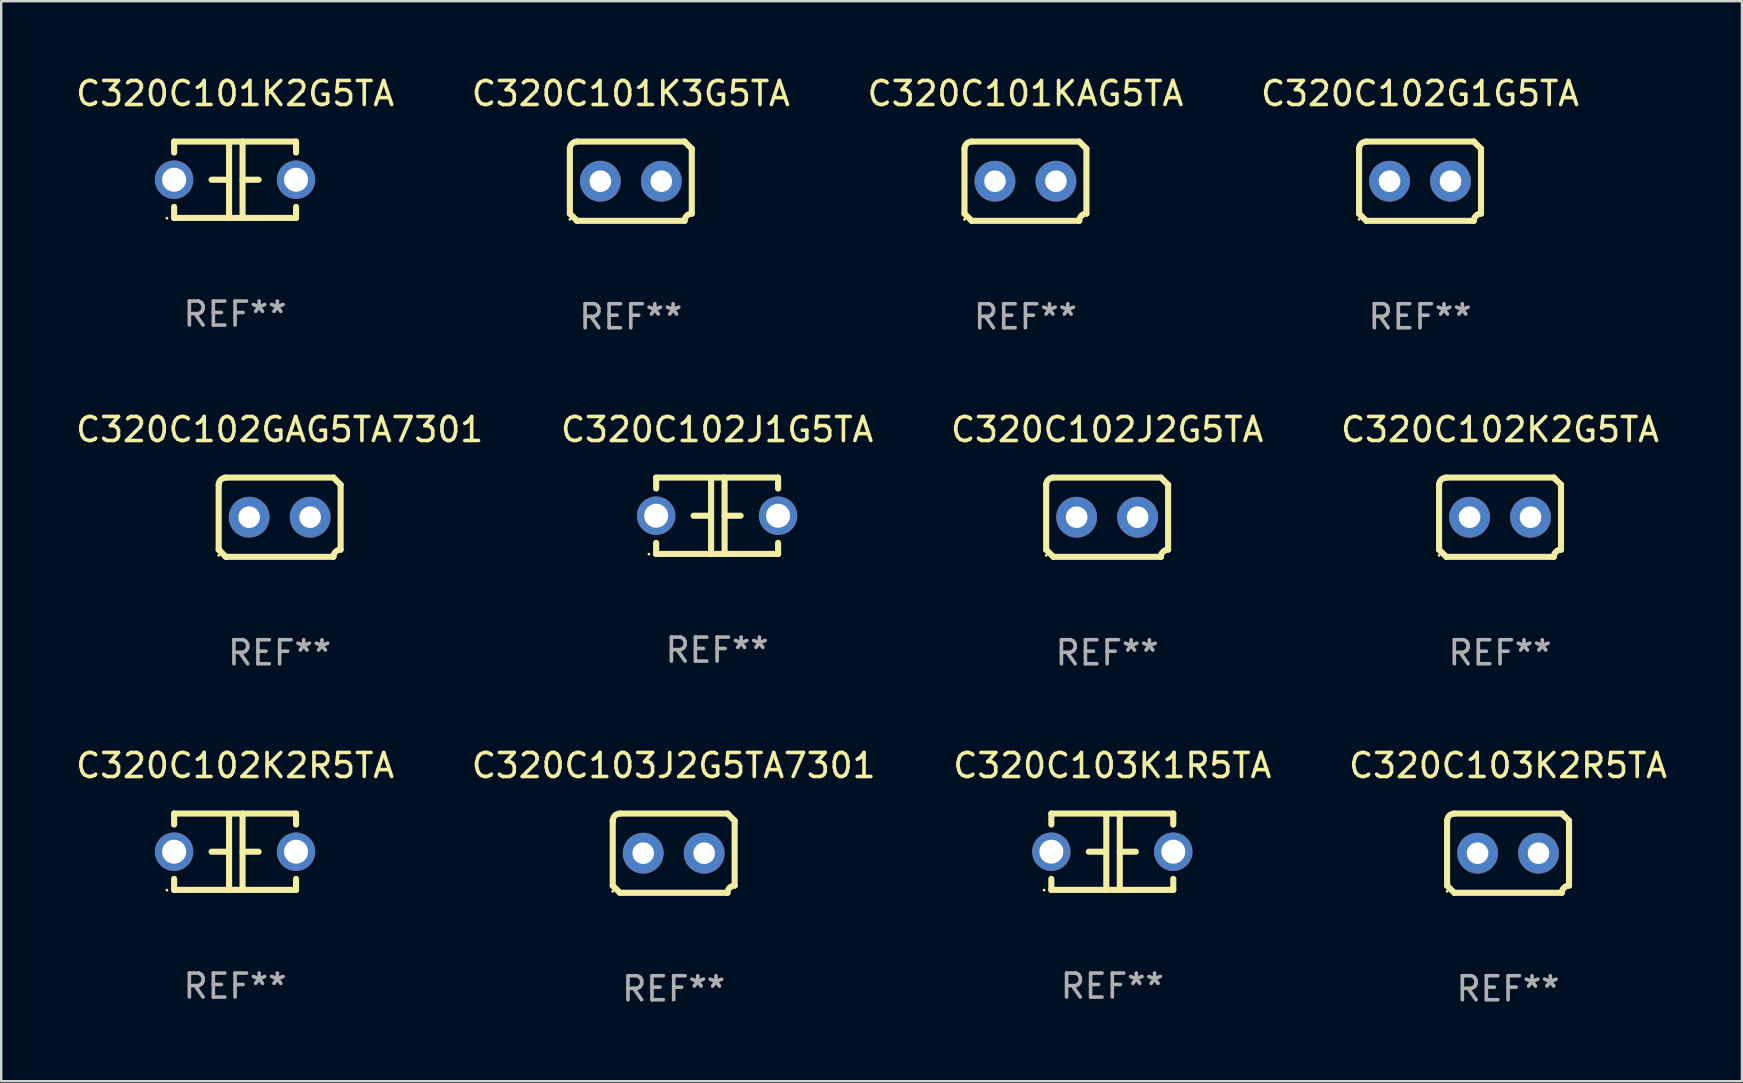
<source format=kicad_pcb>
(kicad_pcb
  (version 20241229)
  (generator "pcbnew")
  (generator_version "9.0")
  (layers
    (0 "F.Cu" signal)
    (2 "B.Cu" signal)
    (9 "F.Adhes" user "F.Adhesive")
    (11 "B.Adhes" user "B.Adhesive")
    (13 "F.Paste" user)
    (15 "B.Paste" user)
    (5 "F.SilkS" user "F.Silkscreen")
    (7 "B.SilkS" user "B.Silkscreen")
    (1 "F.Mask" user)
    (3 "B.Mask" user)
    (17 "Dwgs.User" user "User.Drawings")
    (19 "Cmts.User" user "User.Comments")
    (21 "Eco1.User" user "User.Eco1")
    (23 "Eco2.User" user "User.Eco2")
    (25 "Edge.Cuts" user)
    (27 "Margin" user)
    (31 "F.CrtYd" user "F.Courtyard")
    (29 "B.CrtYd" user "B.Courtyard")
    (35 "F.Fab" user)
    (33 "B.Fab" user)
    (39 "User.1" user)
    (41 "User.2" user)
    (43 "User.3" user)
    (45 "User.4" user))
  (footprint "C320C101KAG5TA"
    (layer "F.Cu")
    (at 39.673 4.499)
    (property "Reference" "C320C101KAG5TA" (at 0 -3.651 0) (layer "F.SilkS") (effects (font (size 1 1) (thickness 0.15))))
    (attr through_hole)
    (fp_line (start -2.54 -1.351) (end -2.54 1.351) (stroke (width 0.254) (type solid)) (layer "F.SilkS"))
    (fp_line (start -2.24 -1.651) (end 2.24 -1.651) (stroke (width 0.254) (type solid)) (layer "F.SilkS"))
    (fp_line (start 2.24 1.651) (end -2.24 1.651) (stroke (width 0.254) (type solid)) (layer "F.SilkS"))
    (fp_line (start 2.54 1.351) (end 2.54 -1.351) (stroke (width 0.254) (type solid)) (layer "F.SilkS"))
    (fp_arc (start -2.540005 -1.351283) (mid -2.450115 -1.561309) (end -2.240005 -1.651003) (stroke (width 0.254001) (type solid)) (layer "F.SilkS"))
    (fp_arc (start -2.240287 1.651001) (mid -2.390163 1.501019) (end -2.540005 1.351003) (stroke (width 0.254001) (type solid)) (layer "F.SilkS"))
    (fp_arc (start 2.240005 1.651003) (mid 2.329934 1.441015) (end 2.540005 1.351282) (stroke (width 0.254001) (type solid)) (layer "F.SilkS"))
    (fp_arc (start 2.540005 -1.351003) (mid 2.389393 -1.500252) (end 2.240284 -1.651003) (stroke (width 0.254001) (type solid)) (layer "F.SilkS"))
    (fp_circle (center -2.54 1.59) (end -2.51 1.59) (stroke (width 0.06) (type solid)) (fill no) (layer "F.SilkS"))
    (fp_text user "REF**" (at 0 5.651 0) (layer "F.Fab") (effects (font (size 1 1) (thickness 0.15))))
    (pad "1" thru_hole circle (at -1.27 0) (size 1.7 1.7) (drill 0.9) (layers "*.Cu" "*.Mask"))
    (pad "2" thru_hole circle (at 1.27 0) (size 1.7 1.7) (drill 0.9) (layers "*.Cu" "*.Mask")))
  (footprint "C320C101K2G5TA"
    (layer "F.Cu")
    (at 6.744 4.443)
    (property "Reference" "C320C101K2G5TA" (at 0 -3.595 0) (layer "F.SilkS") (effects (font (size 1 1) (thickness 0.15))))
    (attr through_hole)
    (fp_line (start -2.54 -1.595) (end -2.54 -1.136) (stroke (width 0.254) (type solid)) (layer "F.SilkS"))
    (fp_line (start -2.54 -1.595) (end 2.54 -1.595) (stroke (width 0.254) (type solid)) (layer "F.SilkS"))
    (fp_line (start -2.54 1.126) (end -2.54 1.585) (stroke (width 0.254) (type solid)) (layer "F.SilkS"))
    (fp_line (start -0.312 -0.005) (end -0.98 -0.005) (stroke (width 0.254) (type solid)) (layer "F.SilkS"))
    (fp_line (start -0.25 -1.585) (end -0.25 1.595) (stroke (width 0.254) (type solid)) (layer "F.SilkS"))
    (fp_line (start 0.312 -1.595) (end 0.312 1.585) (stroke (width 0.254) (type solid)) (layer "F.SilkS"))
    (fp_line (start 0.312 -0.005) (end 0.98 -0.005) (stroke (width 0.254) (type solid)) (layer "F.SilkS"))
    (fp_line (start 2.54 -1.595) (end 2.54 -1.136) (stroke (width 0.254) (type solid)) (layer "F.SilkS"))
    (fp_line (start 2.54 1.126) (end 2.54 1.585) (stroke (width 0.254) (type solid)) (layer "F.SilkS"))
    (fp_line (start 2.54 1.585) (end -2.54 1.585) (stroke (width 0.254) (type solid)) (layer "F.SilkS"))
    (fp_circle (center -2.84 1.595) (end -2.81 1.595) (stroke (width 0.06) (type solid)) (fill no) (layer "F.SilkS"))
    (fp_text user "REF**" (at 0 5.595 0) (layer "F.Fab") (effects (font (size 1 1) (thickness 0.15))))
    (pad "1" thru_hole circle (at -2.54 -0.005) (size 1.6 1.6) (drill 1) (layers "*.Cu" "*.Mask"))
    (pad "2" thru_hole circle (at 2.54 -0.005) (size 1.6 1.6) (drill 1) (layers "*.Cu" "*.Mask")))
  (footprint "C320C102K2R5TA"
    (layer "F.Cu")
    (at 6.744 32.44)
    (property "Reference" "C320C102K2R5TA" (at 0 -3.595 0) (layer "F.SilkS") (effects (font (size 1 1) (thickness 0.15))))
    (attr through_hole)
    (fp_line (start -2.54 -1.595) (end -2.54 -1.136) (stroke (width 0.254) (type solid)) (layer "F.SilkS"))
    (fp_line (start -2.54 -1.595) (end 2.54 -1.595) (stroke (width 0.254) (type solid)) (layer "F.SilkS"))
    (fp_line (start -2.54 1.126) (end -2.54 1.585) (stroke (width 0.254) (type solid)) (layer "F.SilkS"))
    (fp_line (start -0.312 -0.005) (end -0.98 -0.005) (stroke (width 0.254) (type solid)) (layer "F.SilkS"))
    (fp_line (start -0.25 -1.585) (end -0.25 1.595) (stroke (width 0.254) (type solid)) (layer "F.SilkS"))
    (fp_line (start 0.312 -1.595) (end 0.312 1.585) (stroke (width 0.254) (type solid)) (layer "F.SilkS"))
    (fp_line (start 0.312 -0.005) (end 0.98 -0.005) (stroke (width 0.254) (type solid)) (layer "F.SilkS"))
    (fp_line (start 2.54 -1.595) (end 2.54 -1.136) (stroke (width 0.254) (type solid)) (layer "F.SilkS"))
    (fp_line (start 2.54 1.126) (end 2.54 1.585) (stroke (width 0.254) (type solid)) (layer "F.SilkS"))
    (fp_line (start 2.54 1.585) (end -2.54 1.585) (stroke (width 0.254) (type solid)) (layer "F.SilkS"))
    (fp_circle (center -2.84 1.595) (end -2.81 1.595) (stroke (width 0.06) (type solid)) (fill no) (layer "F.SilkS"))
    (fp_text user "REF**" (at 0 5.595 0) (layer "F.Fab") (effects (font (size 1 1) (thickness 0.15))))
    (pad "1" thru_hole circle (at -2.54 -0.005) (size 1.6 1.6) (drill 1) (layers "*.Cu" "*.Mask"))
    (pad "2" thru_hole circle (at 2.54 -0.005) (size 1.6 1.6) (drill 1) (layers "*.Cu" "*.Mask")))
  (footprint "C320C102K2G5TA"
    (layer "F.Cu")
    (at 59.446 18.498)
    (property "Reference" "C320C102K2G5TA" (at 0 -3.651 0) (layer "F.SilkS") (effects (font (size 1 1) (thickness 0.15))))
    (attr through_hole)
    (fp_line (start -2.54 -1.351) (end -2.54 1.351) (stroke (width 0.254) (type solid)) (layer "F.SilkS"))
    (fp_line (start -2.24 -1.651) (end 2.24 -1.651) (stroke (width 0.254) (type solid)) (layer "F.SilkS"))
    (fp_line (start 2.24 1.651) (end -2.24 1.651) (stroke (width 0.254) (type solid)) (layer "F.SilkS"))
    (fp_line (start 2.54 1.351) (end 2.54 -1.351) (stroke (width 0.254) (type solid)) (layer "F.SilkS"))
    (fp_arc (start -2.540005 -1.351283) (mid -2.450115 -1.561309) (end -2.240005 -1.651003) (stroke (width 0.254001) (type solid)) (layer "F.SilkS"))
    (fp_arc (start -2.240287 1.651001) (mid -2.390163 1.501019) (end -2.540005 1.351003) (stroke (width 0.254001) (type solid)) (layer "F.SilkS"))
    (fp_arc (start 2.240005 1.651003) (mid 2.329934 1.441015) (end 2.540005 1.351282) (stroke (width 0.254001) (type solid)) (layer "F.SilkS"))
    (fp_arc (start 2.540005 -1.351003) (mid 2.389393 -1.500252) (end 2.240284 -1.651003) (stroke (width 0.254001) (type solid)) (layer "F.SilkS"))
    (fp_circle (center -2.54 1.59) (end -2.51 1.59) (stroke (width 0.06) (type solid)) (fill no) (layer "F.SilkS"))
    (fp_text user "REF**" (at 0 5.651 0) (layer "F.Fab") (effects (font (size 1 1) (thickness 0.15))))
    (pad "1" thru_hole circle (at -1.27 0) (size 1.7 1.7) (drill 0.9) (layers "*.Cu" "*.Mask"))
    (pad "2" thru_hole circle (at 1.27 0) (size 1.7 1.7) (drill 0.9) (layers "*.Cu" "*.Mask")))
  (footprint "C320C101K3G5TA"
    (layer "F.Cu")
    (at 23.232 4.499)
    (property "Reference" "C320C101K3G5TA" (at 0 -3.651 0) (layer "F.SilkS") (effects (font (size 1 1) (thickness 0.15))))
    (attr through_hole)
    (fp_line (start -2.54 -1.351) (end -2.54 1.351) (stroke (width 0.254) (type solid)) (layer "F.SilkS"))
    (fp_line (start -2.24 -1.651) (end 2.24 -1.651) (stroke (width 0.254) (type solid)) (layer "F.SilkS"))
    (fp_line (start 2.24 1.651) (end -2.24 1.651) (stroke (width 0.254) (type solid)) (layer "F.SilkS"))
    (fp_line (start 2.54 1.351) (end 2.54 -1.351) (stroke (width 0.254) (type solid)) (layer "F.SilkS"))
    (fp_arc (start -2.540005 -1.351283) (mid -2.450115 -1.561309) (end -2.240005 -1.651003) (stroke (width 0.254001) (type solid)) (layer "F.SilkS"))
    (fp_arc (start -2.240287 1.651001) (mid -2.390163 1.501019) (end -2.540005 1.351003) (stroke (width 0.254001) (type solid)) (layer "F.SilkS"))
    (fp_arc (start 2.240005 1.651003) (mid 2.329934 1.441015) (end 2.540005 1.351282) (stroke (width 0.254001) (type solid)) (layer "F.SilkS"))
    (fp_arc (start 2.540005 -1.351003) (mid 2.389393 -1.500252) (end 2.240284 -1.651003) (stroke (width 0.254001) (type solid)) (layer "F.SilkS"))
    (fp_circle (center -2.54 1.59) (end -2.51 1.59) (stroke (width 0.06) (type solid)) (fill no) (layer "F.SilkS"))
    (fp_text user "REF**" (at 0 5.651 0) (layer "F.Fab") (effects (font (size 1 1) (thickness 0.15))))
    (pad "1" thru_hole circle (at -1.27 0) (size 1.7 1.7) (drill 0.9) (layers "*.Cu" "*.Mask"))
    (pad "2" thru_hole circle (at 1.27 0) (size 1.7 1.7) (drill 0.9) (layers "*.Cu" "*.Mask")))
  (footprint "C320C103K2R5TA"
    (layer "F.Cu")
    (at 59.78 32.496)
    (property "Reference" "C320C103K2R5TA" (at 0 -3.651 0) (layer "F.SilkS") (effects (font (size 1 1) (thickness 0.15))))
    (attr through_hole)
    (fp_line (start -2.54 -1.351) (end -2.54 1.351) (stroke (width 0.254) (type solid)) (layer "F.SilkS"))
    (fp_line (start -2.24 -1.651) (end 2.24 -1.651) (stroke (width 0.254) (type solid)) (layer "F.SilkS"))
    (fp_line (start 2.24 1.651) (end -2.24 1.651) (stroke (width 0.254) (type solid)) (layer "F.SilkS"))
    (fp_line (start 2.54 1.351) (end 2.54 -1.351) (stroke (width 0.254) (type solid)) (layer "F.SilkS"))
    (fp_arc (start -2.540005 -1.351283) (mid -2.450115 -1.561309) (end -2.240005 -1.651003) (stroke (width 0.254001) (type solid)) (layer "F.SilkS"))
    (fp_arc (start -2.240287 1.651001) (mid -2.390163 1.501019) (end -2.540005 1.351003) (stroke (width 0.254001) (type solid)) (layer "F.SilkS"))
    (fp_arc (start 2.240005 1.651003) (mid 2.329934 1.441015) (end 2.540005 1.351282) (stroke (width 0.254001) (type solid)) (layer "F.SilkS"))
    (fp_arc (start 2.540005 -1.351003) (mid 2.389393 -1.500252) (end 2.240284 -1.651003) (stroke (width 0.254001) (type solid)) (layer "F.SilkS"))
    (fp_circle (center -2.54 1.59) (end -2.51 1.59) (stroke (width 0.06) (type solid)) (fill no) (layer "F.SilkS"))
    (fp_text user "REF**" (at 0 5.651 0) (layer "F.Fab") (effects (font (size 1 1) (thickness 0.15))))
    (pad "1" thru_hole circle (at -1.27 0) (size 1.7 1.7) (drill 0.9) (layers "*.Cu" "*.Mask"))
    (pad "2" thru_hole circle (at 1.27 0) (size 1.7 1.7) (drill 0.9) (layers "*.Cu" "*.Mask")))
  (footprint "C320C102J1G5TA"
    (layer "F.Cu")
    (at 26.827 18.442)
    (property "Reference" "C320C102J1G5TA" (at 0 -3.595 0) (layer "F.SilkS") (effects (font (size 1 1) (thickness 0.15))))
    (attr through_hole)
    (fp_line (start -2.54 -1.595) (end -2.54 -1.136) (stroke (width 0.254) (type solid)) (layer "F.SilkS"))
    (fp_line (start -2.54 -1.595) (end 2.54 -1.595) (stroke (width 0.254) (type solid)) (layer "F.SilkS"))
    (fp_line (start -2.54 1.126) (end -2.54 1.585) (stroke (width 0.254) (type solid)) (layer "F.SilkS"))
    (fp_line (start -0.312 -0.005) (end -0.98 -0.005) (stroke (width 0.254) (type solid)) (layer "F.SilkS"))
    (fp_line (start -0.25 -1.585) (end -0.25 1.595) (stroke (width 0.254) (type solid)) (layer "F.SilkS"))
    (fp_line (start 0.312 -1.595) (end 0.312 1.585) (stroke (width 0.254) (type solid)) (layer "F.SilkS"))
    (fp_line (start 0.312 -0.005) (end 0.98 -0.005) (stroke (width 0.254) (type solid)) (layer "F.SilkS"))
    (fp_line (start 2.54 -1.595) (end 2.54 -1.136) (stroke (width 0.254) (type solid)) (layer "F.SilkS"))
    (fp_line (start 2.54 1.126) (end 2.54 1.585) (stroke (width 0.254) (type solid)) (layer "F.SilkS"))
    (fp_line (start 2.54 1.585) (end -2.54 1.585) (stroke (width 0.254) (type solid)) (layer "F.SilkS"))
    (fp_circle (center -2.84 1.595) (end -2.81 1.595) (stroke (width 0.06) (type solid)) (fill no) (layer "F.SilkS"))
    (fp_text user "REF**" (at 0 5.595 0) (layer "F.Fab") (effects (font (size 1 1) (thickness 0.15))))
    (pad "1" thru_hole circle (at -2.54 -0.005) (size 1.6 1.6) (drill 1) (layers "*.Cu" "*.Mask"))
    (pad "2" thru_hole circle (at 2.54 -0.005) (size 1.6 1.6) (drill 1) (layers "*.Cu" "*.Mask")))
  (footprint "C320C102J2G5TA"
    (layer "F.Cu")
    (at 43.077 18.498)
    (property "Reference" "C320C102J2G5TA" (at 0 -3.651 0) (layer "F.SilkS") (effects (font (size 1 1) (thickness 0.15))))
    (attr through_hole)
    (fp_line (start -2.54 -1.351) (end -2.54 1.351) (stroke (width 0.254) (type solid)) (layer "F.SilkS"))
    (fp_line (start -2.24 -1.651) (end 2.24 -1.651) (stroke (width 0.254) (type solid)) (layer "F.SilkS"))
    (fp_line (start 2.24 1.651) (end -2.24 1.651) (stroke (width 0.254) (type solid)) (layer "F.SilkS"))
    (fp_line (start 2.54 1.351) (end 2.54 -1.351) (stroke (width 0.254) (type solid)) (layer "F.SilkS"))
    (fp_arc (start -2.540005 -1.351283) (mid -2.450115 -1.561309) (end -2.240005 -1.651003) (stroke (width 0.254001) (type solid)) (layer "F.SilkS"))
    (fp_arc (start -2.240287 1.651001) (mid -2.390163 1.501019) (end -2.540005 1.351003) (stroke (width 0.254001) (type solid)) (layer "F.SilkS"))
    (fp_arc (start 2.240005 1.651003) (mid 2.329934 1.441015) (end 2.540005 1.351282) (stroke (width 0.254001) (type solid)) (layer "F.SilkS"))
    (fp_arc (start 2.540005 -1.351003) (mid 2.389393 -1.500252) (end 2.240284 -1.651003) (stroke (width 0.254001) (type solid)) (layer "F.SilkS"))
    (fp_circle (center -2.54 1.59) (end -2.51 1.59) (stroke (width 0.06) (type solid)) (fill no) (layer "F.SilkS"))
    (fp_text user "REF**" (at 0 5.651 0) (layer "F.Fab") (effects (font (size 1 1) (thickness 0.15))))
    (pad "1" thru_hole circle (at -1.27 0) (size 1.7 1.7) (drill 0.9) (layers "*.Cu" "*.Mask"))
    (pad "2" thru_hole circle (at 1.27 0) (size 1.7 1.7) (drill 0.9) (layers "*.Cu" "*.Mask")))
  (footprint "C320C103K1R5TA"
    (layer "F.Cu")
    (at 43.292 32.44)
    (property "Reference" "C320C103K1R5TA" (at 0 -3.595 0) (layer "F.SilkS") (effects (font (size 1 1) (thickness 0.15))))
    (attr through_hole)
    (fp_line (start -2.54 -1.595) (end -2.54 -1.136) (stroke (width 0.254) (type solid)) (layer "F.SilkS"))
    (fp_line (start -2.54 -1.595) (end 2.54 -1.595) (stroke (width 0.254) (type solid)) (layer "F.SilkS"))
    (fp_line (start -2.54 1.126) (end -2.54 1.585) (stroke (width 0.254) (type solid)) (layer "F.SilkS"))
    (fp_line (start -0.312 -0.005) (end -0.98 -0.005) (stroke (width 0.254) (type solid)) (layer "F.SilkS"))
    (fp_line (start -0.25 -1.585) (end -0.25 1.595) (stroke (width 0.254) (type solid)) (layer "F.SilkS"))
    (fp_line (start 0.312 -1.595) (end 0.312 1.585) (stroke (width 0.254) (type solid)) (layer "F.SilkS"))
    (fp_line (start 0.312 -0.005) (end 0.98 -0.005) (stroke (width 0.254) (type solid)) (layer "F.SilkS"))
    (fp_line (start 2.54 -1.595) (end 2.54 -1.136) (stroke (width 0.254) (type solid)) (layer "F.SilkS"))
    (fp_line (start 2.54 1.126) (end 2.54 1.585) (stroke (width 0.254) (type solid)) (layer "F.SilkS"))
    (fp_line (start 2.54 1.585) (end -2.54 1.585) (stroke (width 0.254) (type solid)) (layer "F.SilkS"))
    (fp_circle (center -2.84 1.595) (end -2.81 1.595) (stroke (width 0.06) (type solid)) (fill no) (layer "F.SilkS"))
    (fp_text user "REF**" (at 0 5.595 0) (layer "F.Fab") (effects (font (size 1 1) (thickness 0.15))))
    (pad "1" thru_hole circle (at -2.54 -0.005) (size 1.6 1.6) (drill 1) (layers "*.Cu" "*.Mask"))
    (pad "2" thru_hole circle (at 2.54 -0.005) (size 1.6 1.6) (drill 1) (layers "*.Cu" "*.Mask")))
  (footprint "C320C102GAG5TA7301"
    (layer "F.Cu")
    (at 8.601 18.498)
    (property "Reference" "C320C102GAG5TA7301" (at 0 -3.651 0) (layer "F.SilkS") (effects (font (size 1 1) (thickness 0.15))))
    (attr through_hole)
    (fp_line (start -2.54 -1.351) (end -2.54 1.351) (stroke (width 0.254) (type solid)) (layer "F.SilkS"))
    (fp_line (start -2.24 -1.651) (end 2.24 -1.651) (stroke (width 0.254) (type solid)) (layer "F.SilkS"))
    (fp_line (start 2.24 1.651) (end -2.24 1.651) (stroke (width 0.254) (type solid)) (layer "F.SilkS"))
    (fp_line (start 2.54 1.351) (end 2.54 -1.351) (stroke (width 0.254) (type solid)) (layer "F.SilkS"))
    (fp_arc (start -2.540005 -1.351283) (mid -2.450115 -1.561309) (end -2.240005 -1.651003) (stroke (width 0.254001) (type solid)) (layer "F.SilkS"))
    (fp_arc (start -2.240287 1.651001) (mid -2.390163 1.501019) (end -2.540005 1.351003) (stroke (width 0.254001) (type solid)) (layer "F.SilkS"))
    (fp_arc (start 2.240005 1.651003) (mid 2.329934 1.441015) (end 2.540005 1.351282) (stroke (width 0.254001) (type solid)) (layer "F.SilkS"))
    (fp_arc (start 2.540005 -1.351003) (mid 2.389393 -1.500252) (end 2.240284 -1.651003) (stroke (width 0.254001) (type solid)) (layer "F.SilkS"))
    (fp_circle (center -2.54 1.59) (end -2.51 1.59) (stroke (width 0.06) (type solid)) (fill no) (layer "F.SilkS"))
    (fp_text user "REF**" (at 0 5.651 0) (layer "F.Fab") (effects (font (size 1 1) (thickness 0.15))))
    (pad "1" thru_hole circle (at -1.27 0) (size 1.7 1.7) (drill 0.9) (layers "*.Cu" "*.Mask"))
    (pad "2" thru_hole circle (at 1.27 0) (size 1.7 1.7) (drill 0.9) (layers "*.Cu" "*.Mask")))
  (footprint "C320C102G1G5TA"
    (layer "F.Cu")
    (at 56.113 4.499)
    (property "Reference" "C320C102G1G5TA" (at 0 -3.651 0) (layer "F.SilkS") (effects (font (size 1 1) (thickness 0.15))))
    (attr through_hole)
    (fp_line (start -2.54 -1.351) (end -2.54 1.351) (stroke (width 0.254) (type solid)) (layer "F.SilkS"))
    (fp_line (start -2.24 -1.651) (end 2.24 -1.651) (stroke (width 0.254) (type solid)) (layer "F.SilkS"))
    (fp_line (start 2.24 1.651) (end -2.24 1.651) (stroke (width 0.254) (type solid)) (layer "F.SilkS"))
    (fp_line (start 2.54 1.351) (end 2.54 -1.351) (stroke (width 0.254) (type solid)) (layer "F.SilkS"))
    (fp_arc (start -2.540005 -1.351283) (mid -2.450115 -1.561309) (end -2.240005 -1.651003) (stroke (width 0.254001) (type solid)) (layer "F.SilkS"))
    (fp_arc (start -2.240287 1.651001) (mid -2.390163 1.501019) (end -2.540005 1.351003) (stroke (width 0.254001) (type solid)) (layer "F.SilkS"))
    (fp_arc (start 2.240005 1.651003) (mid 2.329934 1.441015) (end 2.540005 1.351282) (stroke (width 0.254001) (type solid)) (layer "F.SilkS"))
    (fp_arc (start 2.540005 -1.351003) (mid 2.389393 -1.500252) (end 2.240284 -1.651003) (stroke (width 0.254001) (type solid)) (layer "F.SilkS"))
    (fp_circle (center -2.54 1.59) (end -2.51 1.59) (stroke (width 0.06) (type solid)) (fill no) (layer "F.SilkS"))
    (fp_text user "REF**" (at 0 5.651 0) (layer "F.Fab") (effects (font (size 1 1) (thickness 0.15))))
    (pad "1" thru_hole circle (at -1.27 0) (size 1.7 1.7) (drill 0.9) (layers "*.Cu" "*.Mask"))
    (pad "2" thru_hole circle (at 1.27 0) (size 1.7 1.7) (drill 0.9) (layers "*.Cu" "*.Mask")))
  (footprint "C320C103J2G5TA7301"
    (layer "F.Cu")
    (at 25.018 32.496)
    (property "Reference" "C320C103J2G5TA7301" (at 0 -3.651 0) (layer "F.SilkS") (effects (font (size 1 1) (thickness 0.15))))
    (attr through_hole)
    (fp_line (start -2.54 -1.351) (end -2.54 1.351) (stroke (width 0.254) (type solid)) (layer "F.SilkS"))
    (fp_line (start -2.24 -1.651) (end 2.24 -1.651) (stroke (width 0.254) (type solid)) (layer "F.SilkS"))
    (fp_line (start 2.24 1.651) (end -2.24 1.651) (stroke (width 0.254) (type solid)) (layer "F.SilkS"))
    (fp_line (start 2.54 1.351) (end 2.54 -1.351) (stroke (width 0.254) (type solid)) (layer "F.SilkS"))
    (fp_arc (start -2.540005 -1.351283) (mid -2.450115 -1.561309) (end -2.240005 -1.651003) (stroke (width 0.254001) (type solid)) (layer "F.SilkS"))
    (fp_arc (start -2.240287 1.651001) (mid -2.390163 1.501019) (end -2.540005 1.351003) (stroke (width 0.254001) (type solid)) (layer "F.SilkS"))
    (fp_arc (start 2.240005 1.651003) (mid 2.329934 1.441015) (end 2.540005 1.351282) (stroke (width 0.254001) (type solid)) (layer "F.SilkS"))
    (fp_arc (start 2.540005 -1.351003) (mid 2.389393 -1.500252) (end 2.240284 -1.651003) (stroke (width 0.254001) (type solid)) (layer "F.SilkS"))
    (fp_circle (center -2.54 1.59) (end -2.51 1.59) (stroke (width 0.06) (type solid)) (fill no) (layer "F.SilkS"))
    (fp_text user "REF**" (at 0 5.651 0) (layer "F.Fab") (effects (font (size 1 1) (thickness 0.15))))
    (pad "1" thru_hole circle (at -1.27 0) (size 1.7 1.7) (drill 0.9) (layers "*.Cu" "*.Mask"))
    (pad "2" thru_hole circle (at 1.27 0) (size 1.7 1.7) (drill 0.9) (layers "*.Cu" "*.Mask")))
  (gr_rect
    (start -3 -3)
    (end 69.524 41.996)
    (stroke (width 0.1) (type default))
    (fill no)
    (layer "Edge.Cuts")))
</source>
